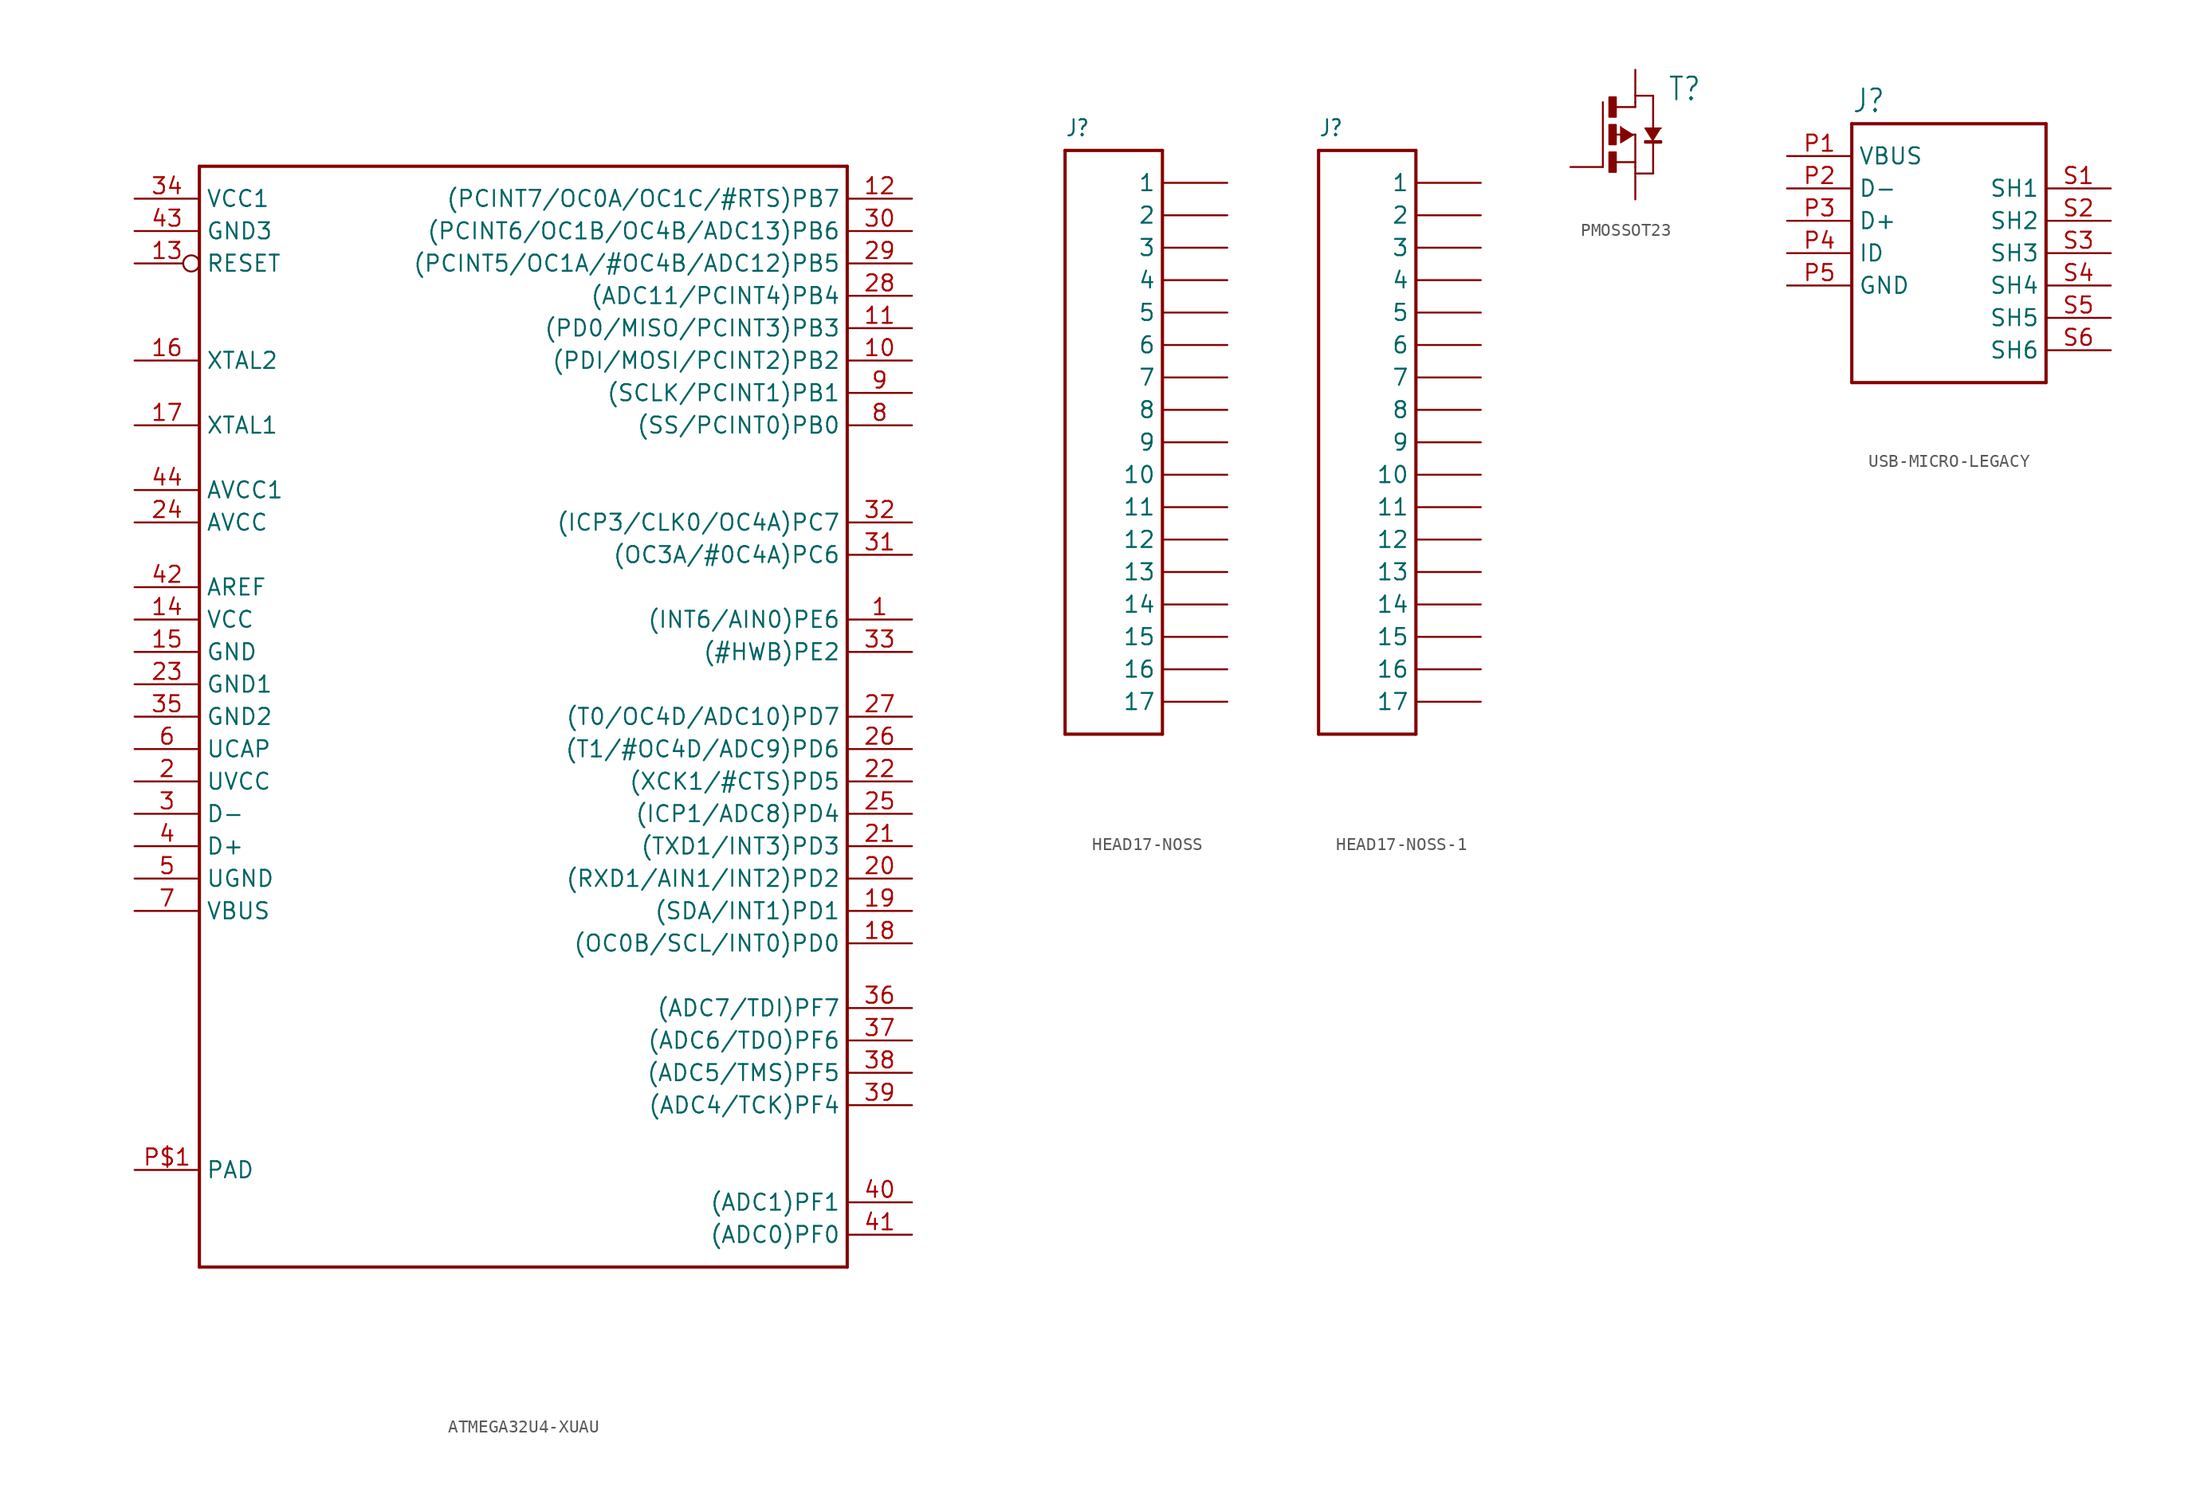
<source format=kicad_sym>
(kicad_symbol_lib
  (version 20231120)
  (generator "kicad_symbol_editor")
  (generator_version "8.0")
  (symbol "ATMEGA32U4-XUAU"
    (property "Reference" ""
      (at -20.32 26.162 0)
      (effects (font (size 1.778 1.511)) (justify left bottom) (hide yes)))
    (property "Value" ""
      (at -20.32 -63.5 0)
      (effects (font (size 1.778 1.511)) (justify left bottom)))
    (property "ki_locked" ""
      (at 0 0 0)
      (effects (font (size 1.27 1.27))))
    (symbol "ATMEGA32U4-XUAU_1_0"
      (polyline (pts (xy -20.32 -60.96) (xy -20.32 25.4)) (stroke (width 0.254) (type solid)) (fill (type none)))
      (polyline (pts (xy -20.32 25.4) (xy 30.48 25.4)) (stroke (width 0.254) (type solid)) (fill (type none)))
      (polyline (pts (xy 30.48 -60.96) (xy -20.32 -60.96)) (stroke (width 0.254) (type solid)) (fill (type none)))
      (polyline (pts (xy 30.48 25.4) (xy 30.48 -60.96)) (stroke (width 0.254) (type solid)) (fill (type none)))
      (pin bidirectional line (at 35.56 -10.16 180) (length 5.08) (name "(INT6/AIN0)PE6" (effects (font (size 1.27 1.27)))) (number "1" (effects (font (size 1.27 1.27)))))
      (pin bidirectional line (at 35.56 10.16 180) (length 5.08) (name "(PDI/MOSI/PCINT2)PB2" (effects (font (size 1.27 1.27)))) (number "10" (effects (font (size 1.27 1.27)))))
      (pin bidirectional line (at 35.56 12.7 180) (length 5.08) (name "(PD0/MISO/PCINT3)PB3" (effects (font (size 1.27 1.27)))) (number "11" (effects (font (size 1.27 1.27)))))
      (pin bidirectional line (at 35.56 22.86 180) (length 5.08) (name "(PCINT7/OC0A/OC1C/#RTS)PB7" (effects (font (size 1.27 1.27)))) (number "12" (effects (font (size 1.27 1.27)))))
      (pin input inverted (at -25.4 17.78 0) (length 5.08) (name "RESET" (effects (font (size 1.27 1.27)))) (number "13" (effects (font (size 1.27 1.27)))))
      (pin power_in line (at -25.4 -10.16 0) (length 5.08) (name "VCC" (effects (font (size 1.27 1.27)))) (number "14" (effects (font (size 1.27 1.27)))))
      (pin power_in line (at -25.4 -12.7 0) (length 5.08) (name "GND" (effects (font (size 1.27 1.27)))) (number "15" (effects (font (size 1.27 1.27)))))
      (pin bidirectional line (at -25.4 10.16 0) (length 5.08) (name "XTAL2" (effects (font (size 1.27 1.27)))) (number "16" (effects (font (size 1.27 1.27)))))
      (pin bidirectional line (at -25.4 5.08 0) (length 5.08) (name "XTAL1" (effects (font (size 1.27 1.27)))) (number "17" (effects (font (size 1.27 1.27)))))
      (pin bidirectional line (at 35.56 -35.56 180) (length 5.08) (name "(OC0B/SCL/INT0)PD0" (effects (font (size 1.27 1.27)))) (number "18" (effects (font (size 1.27 1.27)))))
      (pin bidirectional line (at 35.56 -33.02 180) (length 5.08) (name "(SDA/INT1)PD1" (effects (font (size 1.27 1.27)))) (number "19" (effects (font (size 1.27 1.27)))))
      (pin power_in line (at -25.4 -22.86 0) (length 5.08) (name "UVCC" (effects (font (size 1.27 1.27)))) (number "2" (effects (font (size 1.27 1.27)))))
      (pin bidirectional line (at 35.56 -30.48 180) (length 5.08) (name "(RXD1/AIN1/INT2)PD2" (effects (font (size 1.27 1.27)))) (number "20" (effects (font (size 1.27 1.27)))))
      (pin bidirectional line (at 35.56 -27.94 180) (length 5.08) (name "(TXD1/INT3)PD3" (effects (font (size 1.27 1.27)))) (number "21" (effects (font (size 1.27 1.27)))))
      (pin bidirectional line (at 35.56 -22.86 180) (length 5.08) (name "(XCK1/#CTS)PD5" (effects (font (size 1.27 1.27)))) (number "22" (effects (font (size 1.27 1.27)))))
      (pin power_in line (at -25.4 -15.24 0) (length 5.08) (name "GND1" (effects (font (size 1.27 1.27)))) (number "23" (effects (font (size 1.27 1.27)))))
      (pin power_in line (at -25.4 -2.54 0) (length 5.08) (name "AVCC" (effects (font (size 1.27 1.27)))) (number "24" (effects (font (size 1.27 1.27)))))
      (pin bidirectional line (at 35.56 -25.4 180) (length 5.08) (name "(ICP1/ADC8)PD4" (effects (font (size 1.27 1.27)))) (number "25" (effects (font (size 1.27 1.27)))))
      (pin bidirectional line (at 35.56 -20.32 180) (length 5.08) (name "(T1/#OC4D/ADC9)PD6" (effects (font (size 1.27 1.27)))) (number "26" (effects (font (size 1.27 1.27)))))
      (pin bidirectional line (at 35.56 -17.78 180) (length 5.08) (name "(T0/OC4D/ADC10)PD7" (effects (font (size 1.27 1.27)))) (number "27" (effects (font (size 1.27 1.27)))))
      (pin bidirectional line (at 35.56 15.24 180) (length 5.08) (name "(ADC11/PCINT4)PB4" (effects (font (size 1.27 1.27)))) (number "28" (effects (font (size 1.27 1.27)))))
      (pin bidirectional line (at 35.56 17.78 180) (length 5.08) (name "(PCINT5/OC1A/#OC4B/ADC12)PB5" (effects (font (size 1.27 1.27)))) (number "29" (effects (font (size 1.27 1.27)))))
      (pin bidirectional line (at -25.4 -25.4 0) (length 5.08) (name "D-" (effects (font (size 1.27 1.27)))) (number "3" (effects (font (size 1.27 1.27)))))
      (pin bidirectional line (at 35.56 20.32 180) (length 5.08) (name "(PCINT6/OC1B/OC4B/ADC13)PB6" (effects (font (size 1.27 1.27)))) (number "30" (effects (font (size 1.27 1.27)))))
      (pin bidirectional line (at 35.56 -5.08 180) (length 5.08) (name "(OC3A/#0C4A)PC6" (effects (font (size 1.27 1.27)))) (number "31" (effects (font (size 1.27 1.27)))))
      (pin bidirectional line (at 35.56 -2.54 180) (length 5.08) (name "(ICP3/CLK0/OC4A)PC7" (effects (font (size 1.27 1.27)))) (number "32" (effects (font (size 1.27 1.27)))))
      (pin bidirectional line (at 35.56 -12.7 180) (length 5.08) (name "(#HWB)PE2" (effects (font (size 1.27 1.27)))) (number "33" (effects (font (size 1.27 1.27)))))
      (pin power_in line (at -25.4 22.86 0) (length 5.08) (name "VCC1" (effects (font (size 1.27 1.27)))) (number "34" (effects (font (size 1.27 1.27)))))
      (pin power_in line (at -25.4 -17.78 0) (length 5.08) (name "GND2" (effects (font (size 1.27 1.27)))) (number "35" (effects (font (size 1.27 1.27)))))
      (pin bidirectional line (at 35.56 -40.64 180) (length 5.08) (name "(ADC7/TDI)PF7" (effects (font (size 1.27 1.27)))) (number "36" (effects (font (size 1.27 1.27)))))
      (pin bidirectional line (at 35.56 -43.18 180) (length 5.08) (name "(ADC6/TDO)PF6" (effects (font (size 1.27 1.27)))) (number "37" (effects (font (size 1.27 1.27)))))
      (pin bidirectional line (at 35.56 -45.72 180) (length 5.08) (name "(ADC5/TMS)PF5" (effects (font (size 1.27 1.27)))) (number "38" (effects (font (size 1.27 1.27)))))
      (pin bidirectional line (at 35.56 -48.26 180) (length 5.08) (name "(ADC4/TCK)PF4" (effects (font (size 1.27 1.27)))) (number "39" (effects (font (size 1.27 1.27)))))
      (pin bidirectional line (at -25.4 -27.94 0) (length 5.08) (name "D+" (effects (font (size 1.27 1.27)))) (number "4" (effects (font (size 1.27 1.27)))))
      (pin bidirectional line (at 35.56 -55.88 180) (length 5.08) (name "(ADC1)PF1" (effects (font (size 1.27 1.27)))) (number "40" (effects (font (size 1.27 1.27)))))
      (pin bidirectional line (at 35.56 -58.42 180) (length 5.08) (name "(ADC0)PF0" (effects (font (size 1.27 1.27)))) (number "41" (effects (font (size 1.27 1.27)))))
      (pin power_in line (at -25.4 -7.62 0) (length 5.08) (name "AREF" (effects (font (size 1.27 1.27)))) (number "42" (effects (font (size 1.27 1.27)))))
      (pin power_in line (at -25.4 20.32 0) (length 5.08) (name "GND3" (effects (font (size 1.27 1.27)))) (number "43" (effects (font (size 1.27 1.27)))))
      (pin power_in line (at -25.4 0 0) (length 5.08) (name "AVCC1" (effects (font (size 1.27 1.27)))) (number "44" (effects (font (size 1.27 1.27)))))
      (pin power_in line (at -25.4 -30.48 0) (length 5.08) (name "UGND" (effects (font (size 1.27 1.27)))) (number "5" (effects (font (size 1.27 1.27)))))
      (pin passive line (at -25.4 -20.32 0) (length 5.08) (name "UCAP" (effects (font (size 1.27 1.27)))) (number "6" (effects (font (size 1.27 1.27)))))
      (pin input line (at -25.4 -33.02 0) (length 5.08) (name "VBUS" (effects (font (size 1.27 1.27)))) (number "7" (effects (font (size 1.27 1.27)))))
      (pin bidirectional line (at 35.56 5.08 180) (length 5.08) (name "(SS/PCINT0)PB0" (effects (font (size 1.27 1.27)))) (number "8" (effects (font (size 1.27 1.27)))))
      (pin bidirectional line (at 35.56 7.62 180) (length 5.08) (name "(SCLK/PCINT1)PB1" (effects (font (size 1.27 1.27)))) (number "9" (effects (font (size 1.27 1.27)))))
      (pin power_in line (at -25.4 -53.34 0) (length 5.08) (name "PAD" (effects (font (size 1.27 1.27)))) (number "P$1" (effects (font (size 1.27 1.27)))))))
  (symbol "HEAD17-NOSS"
    (property "Reference" "J"
      (at -2.54 21.336 0)
      (effects (font (size 1.27 1.079)) (justify left bottom)))
    (property "Value" ""
      (at -2.54 -27.94 0)
      (effects (font (size 1.27 1.079)) (justify left bottom)))
    (property "ki_locked" ""
      (at 0 0 0)
      (effects (font (size 1.27 1.27))))
    (symbol "HEAD17-NOSS_1_0"
      (polyline (pts (xy -2.54 -25.4) (xy 5.08 -25.4)) (stroke (width 0.254) (type solid)) (fill (type none)))
      (polyline (pts (xy -2.54 20.32) (xy -2.54 -25.4)) (stroke (width 0.254) (type solid)) (fill (type none)))
      (polyline (pts (xy 5.08 -25.4) (xy 5.08 20.32)) (stroke (width 0.254) (type solid)) (fill (type none)))
      (polyline (pts (xy 5.08 20.32) (xy -2.54 20.32)) (stroke (width 0.254) (type solid)) (fill (type none)))
      (pin passive line (at 10.16 17.78 180) (length 5.08) (name "1" (effects (font (size 1.27 1.27)))) (number "1" (effects (font (size 0 0)))))
      (pin passive line (at 10.16 -5.08 180) (length 5.08) (name "10" (effects (font (size 1.27 1.27)))) (number "10" (effects (font (size 0 0)))))
      (pin passive line (at 10.16 -7.62 180) (length 5.08) (name "11" (effects (font (size 1.27 1.27)))) (number "11" (effects (font (size 0 0)))))
      (pin passive line (at 10.16 -10.16 180) (length 5.08) (name "12" (effects (font (size 1.27 1.27)))) (number "12" (effects (font (size 0 0)))))
      (pin passive line (at 10.16 -12.7 180) (length 5.08) (name "13" (effects (font (size 1.27 1.27)))) (number "13" (effects (font (size 0 0)))))
      (pin passive line (at 10.16 -15.24 180) (length 5.08) (name "14" (effects (font (size 1.27 1.27)))) (number "14" (effects (font (size 0 0)))))
      (pin passive line (at 10.16 -17.78 180) (length 5.08) (name "15" (effects (font (size 1.27 1.27)))) (number "15" (effects (font (size 0 0)))))
      (pin passive line (at 10.16 -20.32 180) (length 5.08) (name "16" (effects (font (size 1.27 1.27)))) (number "16" (effects (font (size 0 0)))))
      (pin passive line (at 10.16 -22.86 180) (length 5.08) (name "17" (effects (font (size 1.27 1.27)))) (number "17" (effects (font (size 0 0)))))
      (pin passive line (at 10.16 15.24 180) (length 5.08) (name "2" (effects (font (size 1.27 1.27)))) (number "2" (effects (font (size 0 0)))))
      (pin passive line (at 10.16 12.7 180) (length 5.08) (name "3" (effects (font (size 1.27 1.27)))) (number "3" (effects (font (size 0 0)))))
      (pin passive line (at 10.16 10.16 180) (length 5.08) (name "4" (effects (font (size 1.27 1.27)))) (number "4" (effects (font (size 0 0)))))
      (pin passive line (at 10.16 7.62 180) (length 5.08) (name "5" (effects (font (size 1.27 1.27)))) (number "5" (effects (font (size 0 0)))))
      (pin passive line (at 10.16 5.08 180) (length 5.08) (name "6" (effects (font (size 1.27 1.27)))) (number "6" (effects (font (size 0 0)))))
      (pin passive line (at 10.16 2.54 180) (length 5.08) (name "7" (effects (font (size 1.27 1.27)))) (number "7" (effects (font (size 0 0)))))
      (pin passive line (at 10.16 0 180) (length 5.08) (name "8" (effects (font (size 1.27 1.27)))) (number "8" (effects (font (size 0 0)))))
      (pin passive line (at 10.16 -2.54 180) (length 5.08) (name "9" (effects (font (size 1.27 1.27)))) (number "9" (effects (font (size 0 0)))))))
  (symbol "HEAD17-NOSS-1"
    (property "Reference" "J"
      (at -2.54 21.336 0)
      (effects (font (size 1.27 1.079)) (justify left bottom)))
    (property "Value" ""
      (at -2.54 -27.94 0)
      (effects (font (size 1.27 1.079)) (justify left bottom)))
    (property "ki_locked" ""
      (at 0 0 0)
      (effects (font (size 1.27 1.27))))
    (symbol "HEAD17-NOSS-1_1_0"
      (polyline (pts (xy -2.54 -25.4) (xy 5.08 -25.4)) (stroke (width 0.254) (type solid)) (fill (type none)))
      (polyline (pts (xy -2.54 20.32) (xy -2.54 -25.4)) (stroke (width 0.254) (type solid)) (fill (type none)))
      (polyline (pts (xy 5.08 -25.4) (xy 5.08 20.32)) (stroke (width 0.254) (type solid)) (fill (type none)))
      (polyline (pts (xy 5.08 20.32) (xy -2.54 20.32)) (stroke (width 0.254) (type solid)) (fill (type none)))
      (pin passive line (at 10.16 17.78 180) (length 5.08) (name "1" (effects (font (size 1.27 1.27)))) (number "1" (effects (font (size 0 0)))))
      (pin passive line (at 10.16 -5.08 180) (length 5.08) (name "10" (effects (font (size 1.27 1.27)))) (number "10" (effects (font (size 0 0)))))
      (pin passive line (at 10.16 -7.62 180) (length 5.08) (name "11" (effects (font (size 1.27 1.27)))) (number "11" (effects (font (size 0 0)))))
      (pin passive line (at 10.16 -10.16 180) (length 5.08) (name "12" (effects (font (size 1.27 1.27)))) (number "12" (effects (font (size 0 0)))))
      (pin passive line (at 10.16 -12.7 180) (length 5.08) (name "13" (effects (font (size 1.27 1.27)))) (number "13" (effects (font (size 0 0)))))
      (pin passive line (at 10.16 -15.24 180) (length 5.08) (name "14" (effects (font (size 1.27 1.27)))) (number "14" (effects (font (size 0 0)))))
      (pin passive line (at 10.16 -17.78 180) (length 5.08) (name "15" (effects (font (size 1.27 1.27)))) (number "15" (effects (font (size 0 0)))))
      (pin passive line (at 10.16 -20.32 180) (length 5.08) (name "16" (effects (font (size 1.27 1.27)))) (number "16" (effects (font (size 0 0)))))
      (pin passive line (at 10.16 -22.86 180) (length 5.08) (name "17" (effects (font (size 1.27 1.27)))) (number "17" (effects (font (size 0 0)))))
      (pin passive line (at 10.16 15.24 180) (length 5.08) (name "2" (effects (font (size 1.27 1.27)))) (number "2" (effects (font (size 0 0)))))
      (pin passive line (at 10.16 12.7 180) (length 5.08) (name "3" (effects (font (size 1.27 1.27)))) (number "3" (effects (font (size 0 0)))))
      (pin passive line (at 10.16 10.16 180) (length 5.08) (name "4" (effects (font (size 1.27 1.27)))) (number "4" (effects (font (size 0 0)))))
      (pin passive line (at 10.16 7.62 180) (length 5.08) (name "5" (effects (font (size 1.27 1.27)))) (number "5" (effects (font (size 0 0)))))
      (pin passive line (at 10.16 5.08 180) (length 5.08) (name "6" (effects (font (size 1.27 1.27)))) (number "6" (effects (font (size 0 0)))))
      (pin passive line (at 10.16 2.54 180) (length 5.08) (name "7" (effects (font (size 1.27 1.27)))) (number "7" (effects (font (size 0 0)))))
      (pin passive line (at 10.16 0 180) (length 5.08) (name "8" (effects (font (size 1.27 1.27)))) (number "8" (effects (font (size 0 0)))))
      (pin passive line (at 10.16 -2.54 180) (length 5.08) (name "9" (effects (font (size 1.27 1.27)))) (number "9" (effects (font (size 0 0)))))))
  (symbol "PMOSSOT23"
    (property "Reference" "T"
      (at 2.54 2.54 0)
      (effects (font (size 1.778 1.511)) (justify left bottom)))
    (property "Value" ""
      (at 2.54 0 0)
      (effects (font (size 1.778 1.511)) (justify left bottom)))
    (property "ki_locked" ""
      (at 0 0 0)
      (effects (font (size 1.27 1.27))))
    (symbol "PMOSSOT23_1_0"
      (rectangle (start -2.032 -2.921) (end -1.524 -1.397) (stroke (width 0) (type default)) (fill (type outline)))
      (rectangle (start -2.032 -0.762) (end -1.524 0.762) (stroke (width 0) (type default)) (fill (type outline)))
      (rectangle (start -2.032 1.397) (end -1.524 2.921) (stroke (width 0) (type default)) (fill (type outline)))
      (polyline (pts (xy -2.54 -2.54) (xy -2.54 2.54)) (stroke (width 0.152) (type solid)) (fill (type none)))
      (polyline (pts (xy -1.651 0) (xy 0 0)) (stroke (width 0.152) (type solid)) (fill (type none)))
      (polyline (pts (xy -1.524 -2.159) (xy 0 -2.159)) (stroke (width 0.152) (type solid)) (fill (type none)))
      (polyline (pts (xy -1.524 2.159) (xy 0 2.159)) (stroke (width 0.152) (type solid)) (fill (type none)))
      (polyline (pts (xy 0 -2.159) (xy 0 -2.54)) (stroke (width 0.152) (type solid)) (fill (type none)))
      (polyline (pts (xy 0 0) (xy 0 -2.159)) (stroke (width 0.152) (type solid)) (fill (type none)))
      (polyline (pts (xy 0 2.159) (xy 0 2.54)) (stroke (width 0.152) (type solid)) (fill (type none)))
      (polyline (pts (xy 0 3.048) (xy 1.397 3.048)) (stroke (width 0.152) (type solid)) (fill (type none)))
      (polyline (pts (xy 1.397 -3.048) (xy 0 -3.048)) (stroke (width 0.152) (type solid)) (fill (type none)))
      (polyline (pts (xy 1.397 -0.508) (xy 1.397 -3.048)) (stroke (width 0.152) (type solid)) (fill (type none)))
      (polyline (pts (xy 1.397 3.048) (xy 1.397 0.381)) (stroke (width 0.152) (type solid)) (fill (type none)))
      (polyline (pts (xy -0.127 0) (xy -1.143 -0.635) (xy -1.143 0.635)) (stroke (width 0.102) (type solid)) (fill (type outline)))
      (polyline (pts (xy 1.397 -0.508) (xy 0.762 0.508) (xy 2.032 0.508)) (stroke (width 0.102) (type solid)) (fill (type outline)))
      (rectangle (start 0.762 -0.635) (end 2.032 -0.508) (stroke (width 0) (type default)) (fill (type outline)))
      (pin passive line (at 0 5.08 270) (length 2.54) (name "D" (effects (font (size 0 0)))) (number "1" (effects (font (size 0 0)))))
      (pin passive line (at 0 -5.08 90) (length 2.54) (name "S" (effects (font (size 0 0)))) (number "2" (effects (font (size 0 0)))))
      (pin passive line (at -5.08 -2.54 0) (length 2.54) (name "G" (effects (font (size 0 0)))) (number "3" (effects (font (size 0 0)))))))
  (symbol "USB-MICRO-LEGACY"
    (property "Reference" "J"
      (at -7.62 8.382 0)
      (effects (font (size 1.778 1.511)) (justify left bottom)))
    (property "Value" ""
      (at -7.62 -15.24 0)
      (effects (font (size 1.778 1.511)) (justify left bottom)))
    (property "ki_locked" ""
      (at 0 0 0)
      (effects (font (size 1.27 1.27))))
    (symbol "USB-MICRO-LEGACY_1_0"
      (polyline (pts (xy -7.62 -12.7) (xy 7.62 -12.7)) (stroke (width 0.254) (type solid)) (fill (type none)))
      (polyline (pts (xy -7.62 7.62) (xy -7.62 -12.7)) (stroke (width 0.254) (type solid)) (fill (type none)))
      (polyline (pts (xy 7.62 -12.7) (xy 7.62 7.62)) (stroke (width 0.254) (type solid)) (fill (type none)))
      (polyline (pts (xy 7.62 7.62) (xy -7.62 7.62)) (stroke (width 0.254) (type solid)) (fill (type none)))
      (pin power_in line (at -12.7 5.08 0) (length 5.08) (name "VBUS" (effects (font (size 1.27 1.27)))) (number "P1" (effects (font (size 1.27 1.27)))))
      (pin bidirectional line (at -12.7 2.54 0) (length 5.08) (name "D-" (effects (font (size 1.27 1.27)))) (number "P2" (effects (font (size 1.27 1.27)))))
      (pin bidirectional line (at -12.7 0 0) (length 5.08) (name "D+" (effects (font (size 1.27 1.27)))) (number "P3" (effects (font (size 1.27 1.27)))))
      (pin bidirectional line (at -12.7 -2.54 0) (length 5.08) (name "ID" (effects (font (size 1.27 1.27)))) (number "P4" (effects (font (size 1.27 1.27)))))
      (pin passive line (at -12.7 -5.08 0) (length 5.08) (name "GND" (effects (font (size 1.27 1.27)))) (number "P5" (effects (font (size 1.27 1.27)))))
      (pin passive line (at 12.7 2.54 180) (length 5.08) (name "SH1" (effects (font (size 1.27 1.27)))) (number "S1" (effects (font (size 1.27 1.27)))))
      (pin passive line (at 12.7 0 180) (length 5.08) (name "SH2" (effects (font (size 1.27 1.27)))) (number "S2" (effects (font (size 1.27 1.27)))))
      (pin passive line (at 12.7 -2.54 180) (length 5.08) (name "SH3" (effects (font (size 1.27 1.27)))) (number "S3" (effects (font (size 1.27 1.27)))))
      (pin passive line (at 12.7 -5.08 180) (length 5.08) (name "SH4" (effects (font (size 1.27 1.27)))) (number "S4" (effects (font (size 1.27 1.27)))))
      (pin passive line (at 12.7 -7.62 180) (length 5.08) (name "SH5" (effects (font (size 1.27 1.27)))) (number "S5" (effects (font (size 1.27 1.27)))))
      (pin passive line (at 12.7 -10.16 180) (length 5.08) (name "SH6" (effects (font (size 1.27 1.27)))) (number "S6" (effects (font (size 1.27 1.27))))))))
</source>
